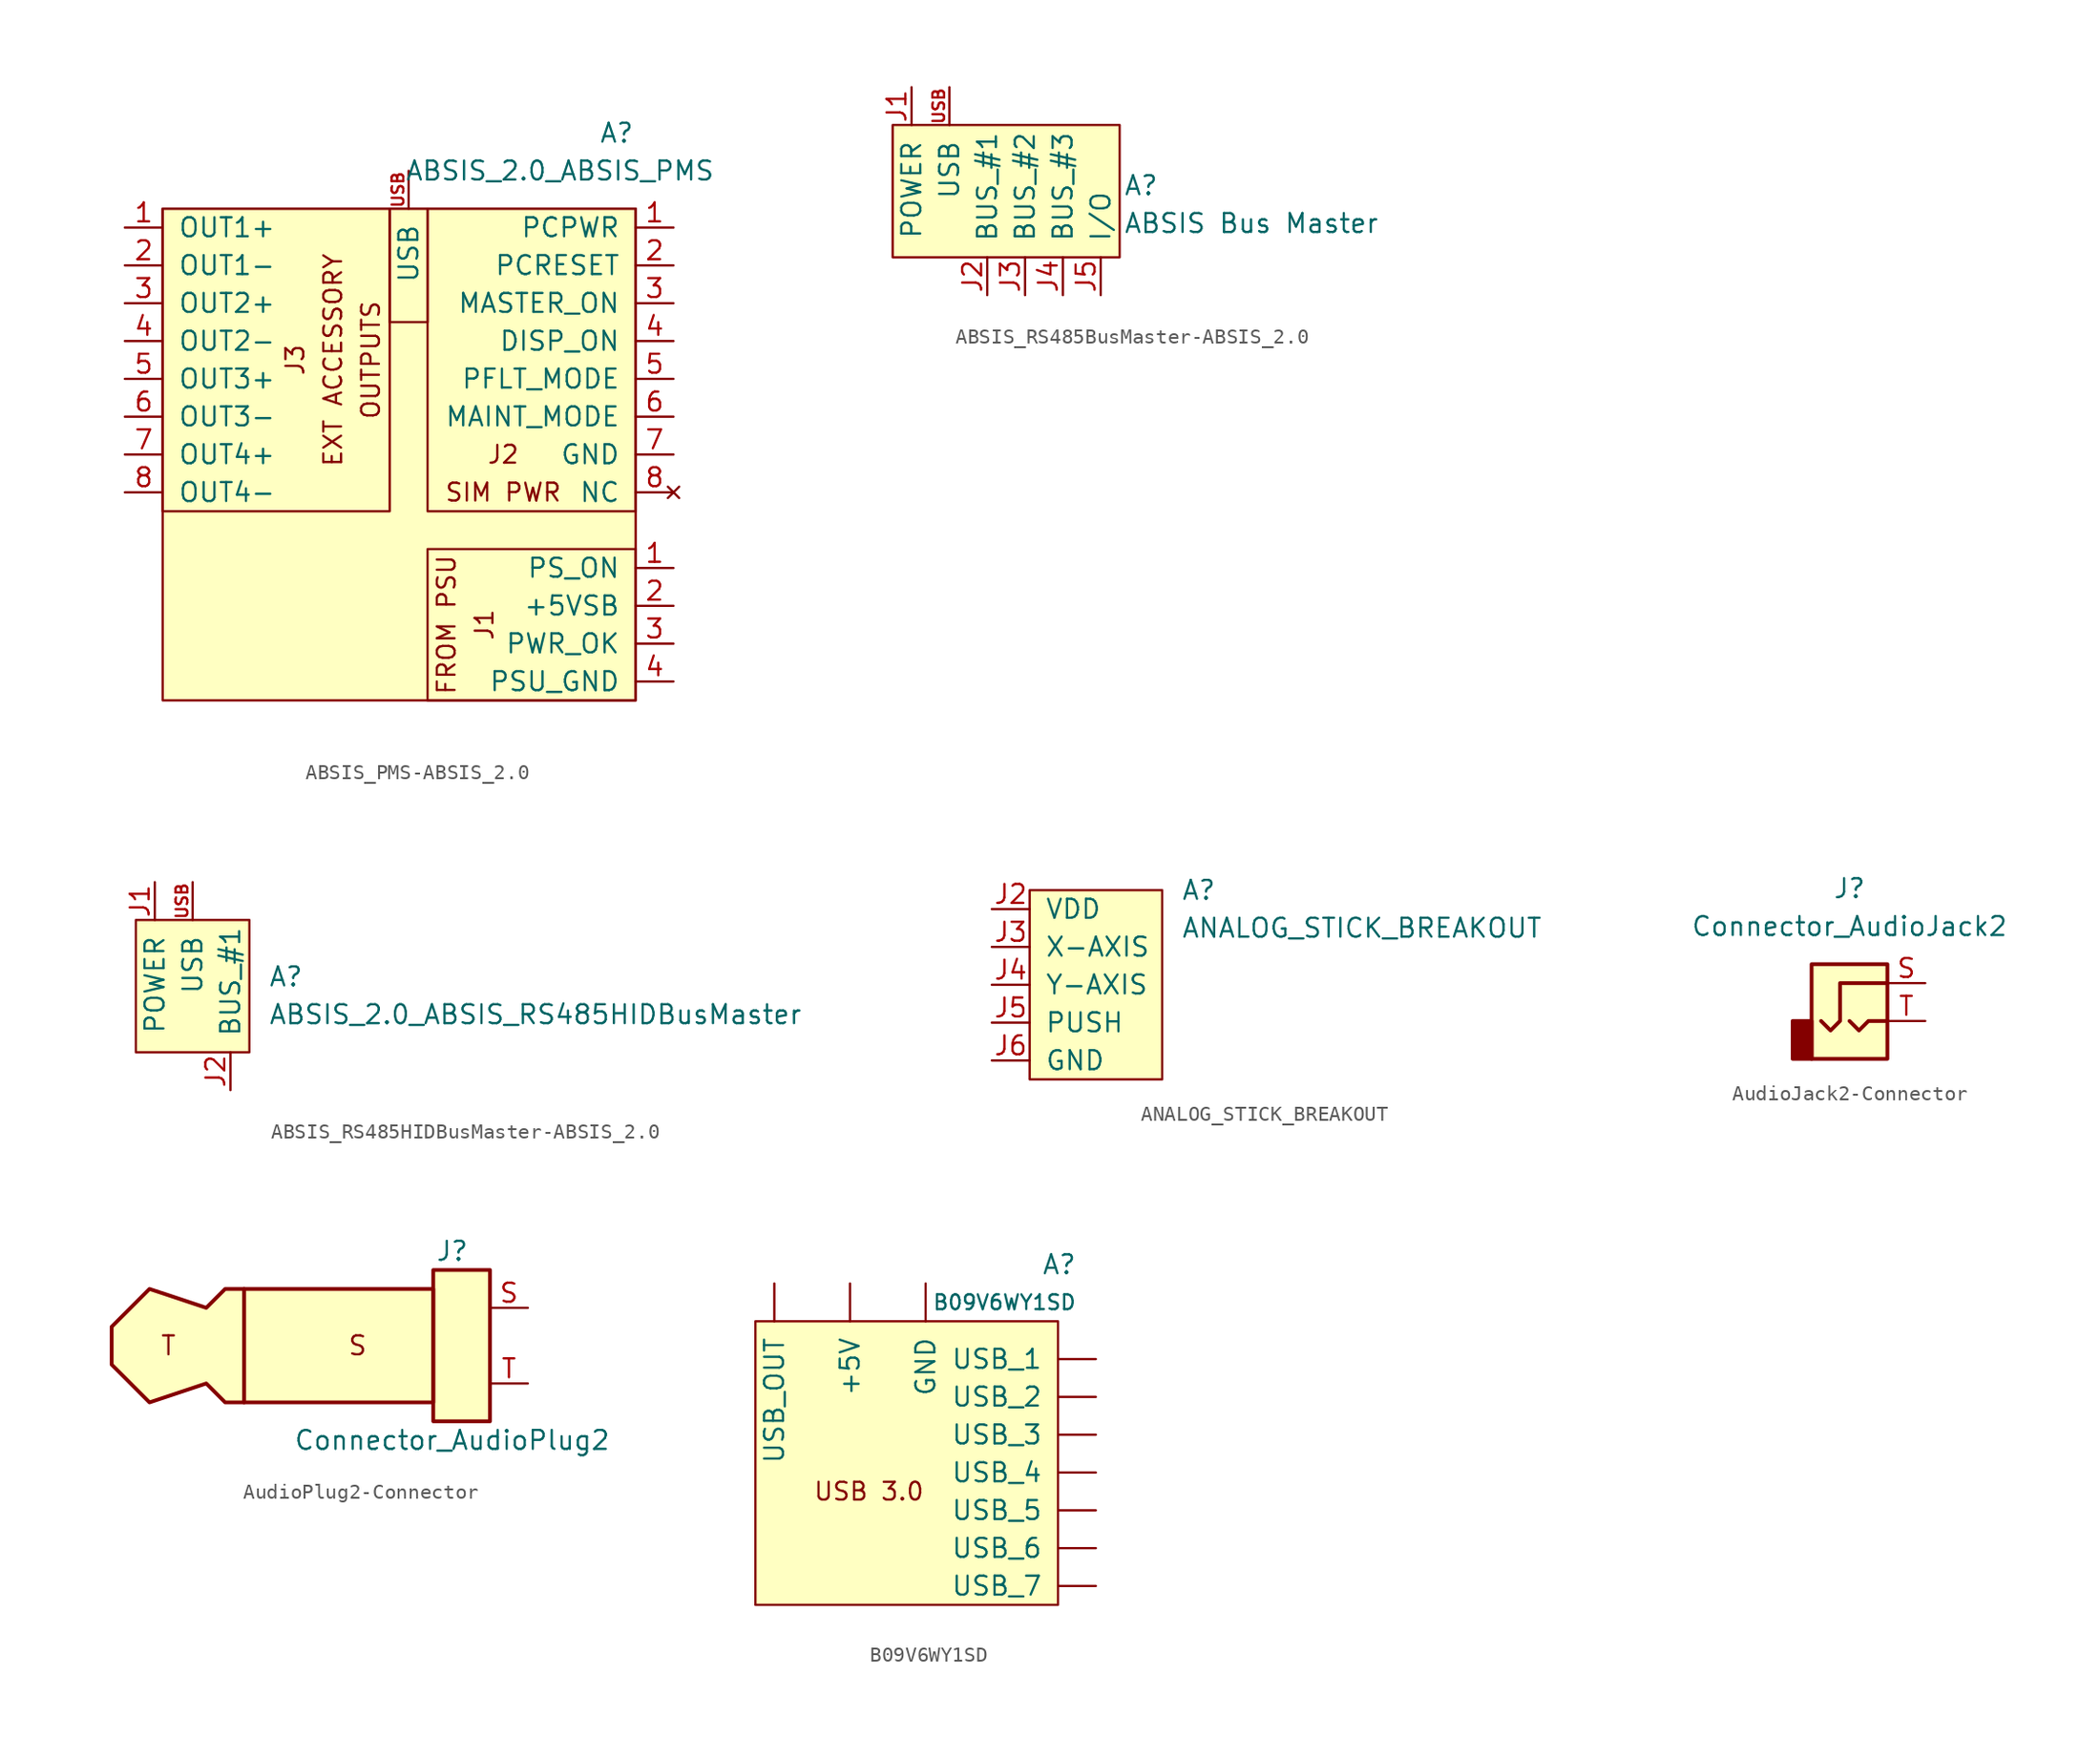
<source format=kicad_sym>
(kicad_symbol_lib
  (version 20231120)
  (generator "kicad_symbol_editor")
  (generator_version "8.0")
  (symbol "ABSIS_PMS-ABSIS_2.0"
    (pin_names
      (offset 1.016))
    (property "Reference" "A"
      (at 13.97 19.05 0)
      (effects (font (size 1.27 1.27))))
    (property "Value" "ABSIS_2.0_ABSIS_PMS"
      (at 10.16 16.51 0)
      (effects (font (size 1.27 1.27))))
    (symbol "ABSIS_PMS-ABSIS_2.0_0_0"
      (rectangle (start -16.51 13.97) (end -1.27 -6.35) (stroke (width 0) (type solid)) (fill (type none)))
      (rectangle (start -16.51 13.97) (end 15.24 -19.05) (stroke (width 0) (type solid)) (fill (type background)))
      (rectangle (start -1.27 13.97) (end 1.27 6.35) (stroke (width 0) (type solid)) (fill (type none)))
      (rectangle (start 15.24 -19.05) (end 1.27 -8.89) (stroke (width 0) (type solid)) (fill (type none)))
      (rectangle (start 15.24 -6.35) (end 1.27 13.97) (stroke (width 0) (type solid)) (fill (type none)))
      (text "EXT ACCESSORY" (at -5.08 3.81 900) (effects (font (size 1.194 1.194))))
      (text "FROM PSU" (at 2.54 -13.97 900) (effects (font (size 1.194 1.194))))
      (text "J1" (at 5.08 -13.97 900) (effects (font (size 1.194 1.194))))
      (text "J2" (at 6.35 -2.54 0) (effects (font (size 1.194 1.194))))
      (text "J3" (at -7.62 3.81 900) (effects (font (size 1.194 1.194))))
      (text "OUTPUTS" (at -2.54 3.81 900) (effects (font (size 1.194 1.194))))
      (text "SIM PWR" (at 6.35 -5.08 0) (effects (font (size 1.194 1.194))))
      (pin unspecified line (at -19.05 12.7 0) (length 2.54) (name "OUT1+" (effects (font (size 1.27 1.27)))) (number "1" (effects (font (size 1.27 1.27)))))
      (pin unspecified line (at 17.78 12.7 180) (length 2.54) (name "PCPWR" (effects (font (size 1.27 1.27)))) (number "1" (effects (font (size 1.27 1.27)))))
      (pin unspecified line (at 17.78 -10.16 180) (length 2.54) (name "PS_ON" (effects (font (size 1.27 1.27)))) (number "1" (effects (font (size 1.27 1.27)))))
      (pin unspecified line (at 17.78 -12.7 180) (length 2.54) (name "+5VSB" (effects (font (size 1.27 1.27)))) (number "2" (effects (font (size 1.27 1.27)))))
      (pin unspecified line (at -19.05 10.16 0) (length 2.54) (name "OUT1-" (effects (font (size 1.27 1.27)))) (number "2" (effects (font (size 1.27 1.27)))))
      (pin unspecified line (at 17.78 10.16 180) (length 2.54) (name "PCRESET" (effects (font (size 1.27 1.27)))) (number "2" (effects (font (size 1.27 1.27)))))
      (pin unspecified line (at 17.78 7.62 180) (length 2.54) (name "MASTER_ON" (effects (font (size 1.27 1.27)))) (number "3" (effects (font (size 1.27 1.27)))))
      (pin unspecified line (at -19.05 7.62 0) (length 2.54) (name "OUT2+" (effects (font (size 1.27 1.27)))) (number "3" (effects (font (size 1.27 1.27)))))
      (pin unspecified line (at 17.78 -15.24 180) (length 2.54) (name "PWR_OK" (effects (font (size 1.27 1.27)))) (number "3" (effects (font (size 1.27 1.27)))))
      (pin unspecified line (at 17.78 5.08 180) (length 2.54) (name "DISP_ON" (effects (font (size 1.27 1.27)))) (number "4" (effects (font (size 1.27 1.27)))))
      (pin unspecified line (at -19.05 5.08 0) (length 2.54) (name "OUT2-" (effects (font (size 1.27 1.27)))) (number "4" (effects (font (size 1.27 1.27)))))
      (pin unspecified line (at 17.78 -17.78 180) (length 2.54) (name "PSU_GND" (effects (font (size 1.27 1.27)))) (number "4" (effects (font (size 1.27 1.27)))))
      (pin unspecified line (at -19.05 2.54 0) (length 2.54) (name "OUT3+" (effects (font (size 1.27 1.27)))) (number "5" (effects (font (size 1.27 1.27)))))
      (pin unspecified line (at 17.78 2.54 180) (length 2.54) (name "PFLT_MODE" (effects (font (size 1.27 1.27)))) (number "5" (effects (font (size 1.27 1.27)))))
      (pin unspecified line (at 17.78 0 180) (length 2.54) (name "MAINT_MODE" (effects (font (size 1.27 1.27)))) (number "6" (effects (font (size 1.27 1.27)))))
      (pin unspecified line (at -19.05 0 0) (length 2.54) (name "OUT3-" (effects (font (size 1.27 1.27)))) (number "6" (effects (font (size 1.27 1.27)))))
      (pin unspecified line (at 17.78 -2.54 180) (length 2.54) (name "GND" (effects (font (size 1.27 1.27)))) (number "7" (effects (font (size 1.27 1.27)))))
      (pin unspecified line (at -19.05 -2.54 0) (length 2.54) (name "OUT4+" (effects (font (size 1.27 1.27)))) (number "7" (effects (font (size 1.27 1.27)))))
      (pin no_connect line (at 17.78 -5.08 180) (length 2.54) (name "NC" (effects (font (size 1.27 1.27)))) (number "8" (effects (font (size 1.27 1.27)))))
      (pin unspecified line (at -19.05 -5.08 0) (length 2.54) (name "OUT4-" (effects (font (size 1.27 1.27)))) (number "8" (effects (font (size 1.27 1.27)))))
      (pin unspecified line (at 0 16.51 270) (length 2.54) (name "USB" (effects (font (size 1.27 1.27)))) (number "USB" (effects (font (size 0.787 0.787)))))))
  (symbol "ABSIS_RS485BusMaster-ABSIS_2.0"
    (pin_names
      (offset 1.016))
    (property "Reference" "A"
      (at 7.874 1.016 0)
      (effects (font (size 1.27 1.27)) (justify left)))
    (property "Value" "ABSIS Bus Master"
      (at 7.874 -1.524 0)
      (effects (font (size 1.27 1.27)) (justify left)))
    (symbol "ABSIS_RS485BusMaster-ABSIS_2.0_0_0"
      (pin unspecified line (at -6.35 7.62 270) (length 2.54) (name "POWER" (effects (font (size 1.27 1.27)))) (number "J1" (effects (font (size 1.27 1.27)))))
      (pin unspecified line (at -1.27 -6.35 90) (length 2.54) (name "BUS_#1" (effects (font (size 1.27 1.27)))) (number "J2" (effects (font (size 1.27 1.27)))))
      (pin unspecified line (at -3.81 7.62 270) (length 2.54) (name "USB" (effects (font (size 1.27 1.27)))) (number "USB" (effects (font (size 0.787 0.787))))))
    (symbol "ABSIS_RS485BusMaster-ABSIS_2.0_0_1"
      (rectangle (start -7.62 5.08) (end 7.62 -3.81) (stroke (width 0) (type solid)) (fill (type background))))
    (symbol "ABSIS_RS485BusMaster-ABSIS_2.0_1_0"
      (pin unspecified line (at 1.27 -6.35 90) (length 2.54) (name "BUS_#2" (effects (font (size 1.27 1.27)))) (number "J3" (effects (font (size 1.27 1.27)))))
      (pin unspecified line (at 3.81 -6.35 90) (length 2.54) (name "BUS_#3" (effects (font (size 1.27 1.27)))) (number "J4" (effects (font (size 1.27 1.27)))))
      (pin unspecified line (at 6.35 -6.35 90) (length 2.54) (name "I/O" (effects (font (size 1.27 1.27)))) (number "J5" (effects (font (size 1.27 1.27)))))))
  (symbol "ABSIS_RS485HIDBusMaster-ABSIS_2.0"
    (pin_names
      (offset 1.016))
    (property "Reference" "A"
      (at 5.08 1.27 0)
      (effects (font (size 1.27 1.27)) (justify left)))
    (property "Value" "ABSIS_2.0_ABSIS_RS485HIDBusMaster"
      (at 5.08 -1.27 0)
      (effects (font (size 1.27 1.27)) (justify left)))
    (symbol "ABSIS_RS485HIDBusMaster-ABSIS_2.0_0_0"
      (pin unspecified line (at -2.54 7.62 270) (length 2.54) (name "POWER" (effects (font (size 1.27 1.27)))) (number "J1" (effects (font (size 1.27 1.27)))))
      (pin unspecified line (at 2.54 -6.35 90) (length 2.54) (name "BUS_#1" (effects (font (size 1.27 1.27)))) (number "J2" (effects (font (size 1.27 1.27)))))
      (pin unspecified line (at 0 7.62 270) (length 2.54) (name "USB" (effects (font (size 1.27 1.27)))) (number "USB" (effects (font (size 0.787 0.787))))))
    (symbol "ABSIS_RS485HIDBusMaster-ABSIS_2.0_0_1"
      (rectangle (start -3.81 5.08) (end 3.81 -3.81) (stroke (width 0) (type solid)) (fill (type background)))))
  (symbol "ANALOG_STICK_BREAKOUT"
    (pin_names
      (offset 1.016))
    (property "Reference" "A"
      (at 10.16 6.35 0)
      (effects (font (size 1.27 1.27)) (justify left)))
    (property "Value" "ANALOG_STICK_BREAKOUT"
      (at 10.16 3.81 0)
      (effects (font (size 1.27 1.27)) (justify left)))
    (symbol "ANALOG_STICK_BREAKOUT_0_0"
      (pin output line (at -2.54 2.54 0) (length 2.54) (name "X-AXIS" (effects (font (size 1.27 1.27)))) (number "J3" (effects (font (size 1.27 1.27)))))
      (pin output line (at -2.54 0 0) (length 2.54) (name "Y-AXIS" (effects (font (size 1.27 1.27)))) (number "J4" (effects (font (size 1.27 1.27)))))
      (pin output line (at -2.54 -2.54 0) (length 2.54) (name "PUSH" (effects (font (size 1.27 1.27)))) (number "J5" (effects (font (size 1.27 1.27)))))
      (pin power_in line (at -2.54 -5.08 0) (length 2.54) (name "GND" (effects (font (size 1.27 1.27)))) (number "J6" (effects (font (size 1.27 1.27))))))
    (symbol "ANALOG_STICK_BREAKOUT_0_1"
      (rectangle (start 0 6.35) (end 8.89 -6.35) (stroke (width 0) (type default)) (fill (type background))))
    (symbol "ANALOG_STICK_BREAKOUT_1_0"
      (pin power_in line (at -2.54 5.08 0) (length 2.54) (name "VDD" (effects (font (size 1.27 1.27)))) (number "J2" (effects (font (size 1.27 1.27)))))))
  (symbol "AudioJack2-Connector"
    (property "Reference" "J"
      (at 0 8.89 0)
      (effects (font (size 1.27 1.27))))
    (property "Value" "Connector_AudioJack2"
      (at 0 6.35 0)
      (effects (font (size 1.27 1.27))))
    (symbol "AudioJack2-Connector_0_1"
      (rectangle (start -3.81 0) (end -2.54 -2.54) (stroke (width 0.254) (type solid)) (fill (type outline)))
      (rectangle (start -2.54 3.81) (end 2.54 -2.54) (stroke (width 0.254) (type solid)) (fill (type background)))
      (polyline (pts (xy 0 0) (xy 0.635 -0.635) (xy 1.27 0) (xy 2.54 0)) (stroke (width 0.254) (type solid)) (fill (type none)))
      (polyline (pts (xy 2.54 2.54) (xy -0.635 2.54) (xy -0.635 0) (xy -1.27 -0.635) (xy -1.905 0)) (stroke (width 0.254) (type solid)) (fill (type none))))
    (symbol "AudioJack2-Connector_1_1"
      (pin passive line (at 5.08 2.54 180) (length 2.54) (name "~" (effects (font (size 1.27 1.27)))) (number "S" (effects (font (size 1.27 1.27)))))
      (pin passive line (at 5.08 0 180) (length 2.54) (name "~" (effects (font (size 1.27 1.27)))) (number "T" (effects (font (size 1.27 1.27)))))))
  (symbol "AudioPlug2-Connector"
    (property "Reference" "J"
      (at 10.16 6.35 0)
      (effects (font (size 1.27 1.27))))
    (property "Value" "Connector_AudioPlug2"
      (at 10.16 -6.35 0)
      (effects (font (size 1.27 1.27))))
    (symbol "AudioPlug2-Connector_0_0"
      (text "S" (at 3.81 0 0) (effects (font (size 1.27 1.27))))
      (text "T" (at -8.89 0 0) (effects (font (size 1.27 1.27)))))
    (symbol "AudioPlug2-Connector_0_1"
      (rectangle (start -3.81 3.81) (end 8.89 -3.81) (stroke (width 0.254) (type solid)) (fill (type background)))
      (polyline (pts (xy -3.81 3.81) (xy -5.08 3.81) (xy -6.35 2.54) (xy -10.16 3.81) (xy -12.7 1.27) (xy -12.7 -1.27) (xy -10.16 -3.81) (xy -6.35 -2.54) (xy -5.08 -3.81) (xy -3.81 -3.81) (xy -3.81 3.81)) (stroke (width 0.254) (type solid)) (fill (type background)))
      (rectangle (start 12.7 5.08) (end 8.89 -5.08) (stroke (width 0.254) (type solid)) (fill (type background))))
    (symbol "AudioPlug2-Connector_1_1"
      (pin passive line (at 15.24 2.54 180) (length 2.54) (name "~" (effects (font (size 1.27 1.27)))) (number "S" (effects (font (size 1.27 1.27)))))
      (pin passive line (at 15.24 -2.54 180) (length 2.54) (name "~" (effects (font (size 1.27 1.27)))) (number "T" (effects (font (size 1.27 1.27)))))))
  (symbol "B09V6WY1SD"
    (pin_names
      (offset 1.016))
    (property "Reference" "A"
      (at 10.16 20.32 0)
      (effects (font (size 1.27 1.27)) (justify right)))
    (property "Value" "B09V6WY1SD"
      (at 10.16 17.78 0)
      (effects (font (size 0.991 0.991)) (justify right)))
    (symbol "B09V6WY1SD_0_0"
      (text "USB 3.0" (at -3.81 5.08 0) (effects (font (size 1.194 1.194))))
      (pin power_in line (at -5.08 19.05 270) (length 2.54) (name "+5V" (effects (font (size 1.27 1.27)))) (number "~" (effects (font (size 1.27 1.27)))))
      (pin power_out line (at 0 19.05 270) (length 2.54) (name "GND" (effects (font (size 1.27 1.27)))) (number "~" (effects (font (size 1.27 1.27)))))
      (pin bidirectional line (at 11.43 13.97 180) (length 2.54) (name "USB_1" (effects (font (size 1.27 1.27)))) (number "~" (effects (font (size 1.27 1.27)))))
      (pin bidirectional line (at 11.43 11.43 180) (length 2.54) (name "USB_2" (effects (font (size 1.27 1.27)))) (number "~" (effects (font (size 1.27 1.27)))))
      (pin bidirectional line (at 11.43 8.89 180) (length 2.54) (name "USB_3" (effects (font (size 1.27 1.27)))) (number "~" (effects (font (size 1.27 1.27)))))
      (pin bidirectional line (at 11.43 6.35 180) (length 2.54) (name "USB_4" (effects (font (size 1.27 1.27)))) (number "~" (effects (font (size 1.27 1.27)))))
      (pin bidirectional line (at 11.43 3.81 180) (length 2.54) (name "USB_5" (effects (font (size 1.27 1.27)))) (number "~" (effects (font (size 1.27 1.27)))))
      (pin bidirectional line (at 11.43 1.27 180) (length 2.54) (name "USB_6" (effects (font (size 1.27 1.27)))) (number "~" (effects (font (size 1.27 1.27)))))
      (pin bidirectional line (at 11.43 -1.27 180) (length 2.54) (name "USB_7" (effects (font (size 1.27 1.27)))) (number "~" (effects (font (size 1.27 1.27)))))
      (pin bidirectional line (at -10.16 19.05 270) (length 2.54) (name "USB_OUT" (effects (font (size 1.27 1.27)))) (number "~" (effects (font (size 1.27 1.27))))))
    (symbol "B09V6WY1SD_0_1"
      (rectangle (start -11.43 16.51) (end 8.89 -2.54) (stroke (width 0) (type default)) (fill (type background))))))
</source>
